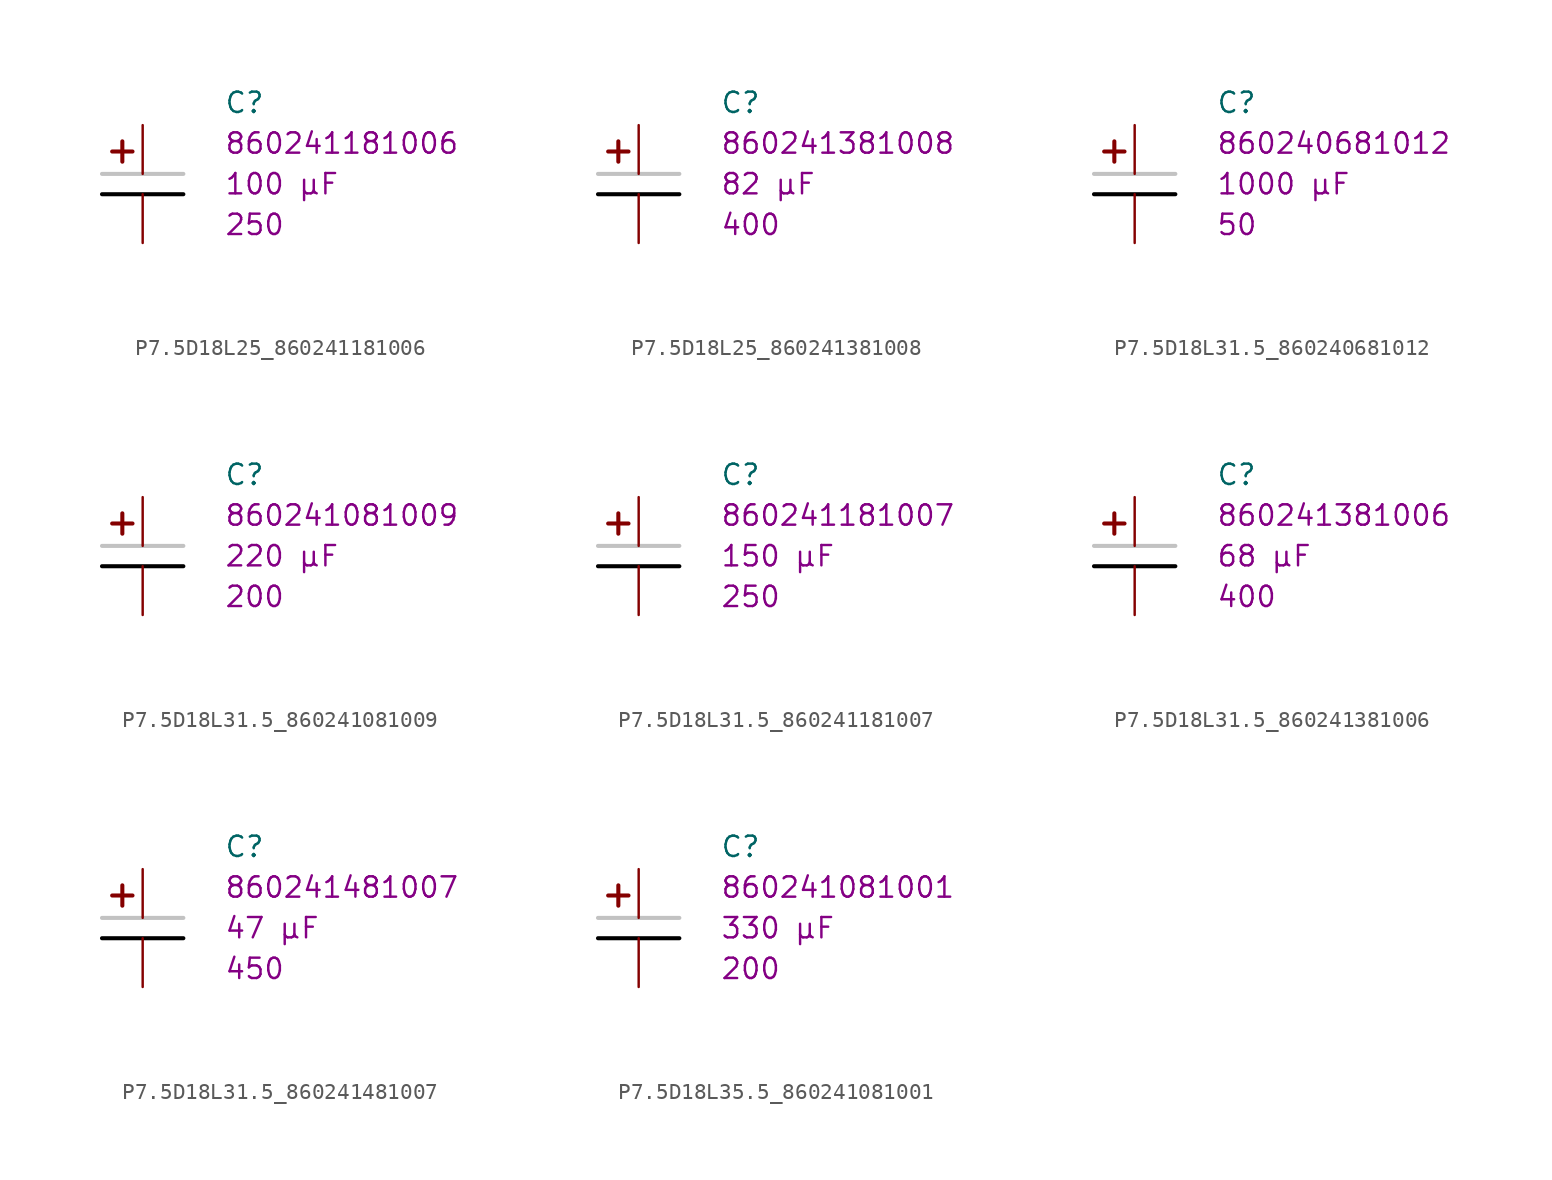
<source format=kicad_sym>
(kicad_symbol_lib
  (version 20220914)
  (generator kicad_symbol_editor)
  (symbol "P7.5D18L25_860241181006"
    (pin_numbers hide)
    (pin_names hide)
    (property "Reference" "C"
      (at 5.08 5.08 0)
      (effects (font (size 1.27 1.27)) (justify left)))
    (property "Part Number" "860241181006"
      (at 5.08 2.54 0)
      (effects (font (size 1.27 1.27)) (justify left)))
    (property "Capacitance" "100 µF"
      (at 5.08 0 0)
      (effects (font (size 1.27 1.27)) (justify left)))
    (property "Voltage" "250"
      (at 5.08 -2.54 0)
      (effects (font (size 1.27 1.27)) (justify left)))
    (property "Critical Parameter" ""
      (at 0 -7.62 0)
      (effects (font (size 1.27 1.27))))
    (symbol "P7.5D18L25_860241181006_1_1"
      (polyline (pts (xy -1.27 2.667) (xy -1.27 1.397)) (stroke (width 0.254) (type default)) (fill (type none)))
      (polyline (pts (xy -0.635 2.032) (xy -1.905 2.032)) (stroke (width 0.254) (type default)) (fill (type none)))
      (polyline (pts (xy 2.54 -0.635) (xy -2.54 -0.635)) (stroke (width 0.254) (type default) (color 0 0 0 1)) (fill (type none)))
      (polyline (pts (xy 2.54 0.635) (xy -2.54 0.635)) (stroke (width 0.254) (type default) (color 194 194 194 1)) (fill (type none)))
      (pin passive line (at 0 3.679 270) (length 3.044) (name "1" (effects (font (size 1.27 1.27)))) (number "1" (effects (font (size 1.27 1.27)))))
      (pin passive line (at 0 -3.679 90) (length 3.044) (name "2" (effects (font (size 1.27 1.27)))) (number "2" (effects (font (size 1.27 1.27)))))))
  (symbol "P7.5D18L25_860241381008"
    (pin_numbers hide)
    (pin_names hide)
    (property "Reference" "C"
      (at 5.08 5.08 0)
      (effects (font (size 1.27 1.27)) (justify left)))
    (property "Part Number" "860241381008"
      (at 5.08 2.54 0)
      (effects (font (size 1.27 1.27)) (justify left)))
    (property "Capacitance" "82 µF"
      (at 5.08 0 0)
      (effects (font (size 1.27 1.27)) (justify left)))
    (property "Voltage" "400"
      (at 5.08 -2.54 0)
      (effects (font (size 1.27 1.27)) (justify left)))
    (property "Critical Parameter" ""
      (at 0 -7.62 0)
      (effects (font (size 1.27 1.27))))
    (symbol "P7.5D18L25_860241381008_1_1"
      (polyline (pts (xy -1.27 2.667) (xy -1.27 1.397)) (stroke (width 0.254) (type default)) (fill (type none)))
      (polyline (pts (xy -0.635 2.032) (xy -1.905 2.032)) (stroke (width 0.254) (type default)) (fill (type none)))
      (polyline (pts (xy 2.54 -0.635) (xy -2.54 -0.635)) (stroke (width 0.254) (type default) (color 0 0 0 1)) (fill (type none)))
      (polyline (pts (xy 2.54 0.635) (xy -2.54 0.635)) (stroke (width 0.254) (type default) (color 194 194 194 1)) (fill (type none)))
      (pin passive line (at 0 3.679 270) (length 3.044) (name "1" (effects (font (size 1.27 1.27)))) (number "1" (effects (font (size 1.27 1.27)))))
      (pin passive line (at 0 -3.679 90) (length 3.044) (name "2" (effects (font (size 1.27 1.27)))) (number "2" (effects (font (size 1.27 1.27)))))))
  (symbol "P7.5D18L31.5_860240681012"
    (pin_numbers hide)
    (pin_names hide)
    (property "Reference" "C"
      (at 5.08 5.08 0)
      (effects (font (size 1.27 1.27)) (justify left)))
    (property "Part Number" "860240681012"
      (at 5.08 2.54 0)
      (effects (font (size 1.27 1.27)) (justify left)))
    (property "Capacitance" "1000 µF"
      (at 5.08 0 0)
      (effects (font (size 1.27 1.27)) (justify left)))
    (property "Voltage" "50"
      (at 5.08 -2.54 0)
      (effects (font (size 1.27 1.27)) (justify left)))
    (property "Critical Parameter" ""
      (at 0 -7.62 0)
      (effects (font (size 1.27 1.27))))
    (symbol "P7.5D18L31.5_860240681012_1_1"
      (polyline (pts (xy -1.27 2.667) (xy -1.27 1.397)) (stroke (width 0.254) (type default)) (fill (type none)))
      (polyline (pts (xy -0.635 2.032) (xy -1.905 2.032)) (stroke (width 0.254) (type default)) (fill (type none)))
      (polyline (pts (xy 2.54 -0.635) (xy -2.54 -0.635)) (stroke (width 0.254) (type default) (color 0 0 0 1)) (fill (type none)))
      (polyline (pts (xy 2.54 0.635) (xy -2.54 0.635)) (stroke (width 0.254) (type default) (color 194 194 194 1)) (fill (type none)))
      (pin passive line (at 0 3.679 270) (length 3.044) (name "1" (effects (font (size 1.27 1.27)))) (number "1" (effects (font (size 1.27 1.27)))))
      (pin passive line (at 0 -3.679 90) (length 3.044) (name "2" (effects (font (size 1.27 1.27)))) (number "2" (effects (font (size 1.27 1.27)))))))
  (symbol "P7.5D18L31.5_860241081009"
    (pin_numbers hide)
    (pin_names hide)
    (property "Reference" "C"
      (at 5.08 5.08 0)
      (effects (font (size 1.27 1.27)) (justify left)))
    (property "Part Number" "860241081009"
      (at 5.08 2.54 0)
      (effects (font (size 1.27 1.27)) (justify left)))
    (property "Capacitance" "220 µF"
      (at 5.08 0 0)
      (effects (font (size 1.27 1.27)) (justify left)))
    (property "Voltage" "200"
      (at 5.08 -2.54 0)
      (effects (font (size 1.27 1.27)) (justify left)))
    (property "Critical Parameter" ""
      (at 0 -7.62 0)
      (effects (font (size 1.27 1.27))))
    (symbol "P7.5D18L31.5_860241081009_1_1"
      (polyline (pts (xy -1.27 2.667) (xy -1.27 1.397)) (stroke (width 0.254) (type default)) (fill (type none)))
      (polyline (pts (xy -0.635 2.032) (xy -1.905 2.032)) (stroke (width 0.254) (type default)) (fill (type none)))
      (polyline (pts (xy 2.54 -0.635) (xy -2.54 -0.635)) (stroke (width 0.254) (type default) (color 0 0 0 1)) (fill (type none)))
      (polyline (pts (xy 2.54 0.635) (xy -2.54 0.635)) (stroke (width 0.254) (type default) (color 194 194 194 1)) (fill (type none)))
      (pin passive line (at 0 3.679 270) (length 3.044) (name "1" (effects (font (size 1.27 1.27)))) (number "1" (effects (font (size 1.27 1.27)))))
      (pin passive line (at 0 -3.679 90) (length 3.044) (name "2" (effects (font (size 1.27 1.27)))) (number "2" (effects (font (size 1.27 1.27)))))))
  (symbol "P7.5D18L31.5_860241181007"
    (pin_numbers hide)
    (pin_names hide)
    (property "Reference" "C"
      (at 5.08 5.08 0)
      (effects (font (size 1.27 1.27)) (justify left)))
    (property "Part Number" "860241181007"
      (at 5.08 2.54 0)
      (effects (font (size 1.27 1.27)) (justify left)))
    (property "Capacitance" "150 µF"
      (at 5.08 0 0)
      (effects (font (size 1.27 1.27)) (justify left)))
    (property "Voltage" "250"
      (at 5.08 -2.54 0)
      (effects (font (size 1.27 1.27)) (justify left)))
    (property "Critical Parameter" ""
      (at 0 -7.62 0)
      (effects (font (size 1.27 1.27))))
    (symbol "P7.5D18L31.5_860241181007_1_1"
      (polyline (pts (xy -1.27 2.667) (xy -1.27 1.397)) (stroke (width 0.254) (type default)) (fill (type none)))
      (polyline (pts (xy -0.635 2.032) (xy -1.905 2.032)) (stroke (width 0.254) (type default)) (fill (type none)))
      (polyline (pts (xy 2.54 -0.635) (xy -2.54 -0.635)) (stroke (width 0.254) (type default) (color 0 0 0 1)) (fill (type none)))
      (polyline (pts (xy 2.54 0.635) (xy -2.54 0.635)) (stroke (width 0.254) (type default) (color 194 194 194 1)) (fill (type none)))
      (pin passive line (at 0 3.679 270) (length 3.044) (name "1" (effects (font (size 1.27 1.27)))) (number "1" (effects (font (size 1.27 1.27)))))
      (pin passive line (at 0 -3.679 90) (length 3.044) (name "2" (effects (font (size 1.27 1.27)))) (number "2" (effects (font (size 1.27 1.27)))))))
  (symbol "P7.5D18L31.5_860241381006"
    (pin_numbers hide)
    (pin_names hide)
    (property "Reference" "C"
      (at 5.08 5.08 0)
      (effects (font (size 1.27 1.27)) (justify left)))
    (property "Part Number" "860241381006"
      (at 5.08 2.54 0)
      (effects (font (size 1.27 1.27)) (justify left)))
    (property "Capacitance" "68 µF"
      (at 5.08 0 0)
      (effects (font (size 1.27 1.27)) (justify left)))
    (property "Voltage" "400"
      (at 5.08 -2.54 0)
      (effects (font (size 1.27 1.27)) (justify left)))
    (property "Critical Parameter" ""
      (at 0 -7.62 0)
      (effects (font (size 1.27 1.27))))
    (symbol "P7.5D18L31.5_860241381006_1_1"
      (polyline (pts (xy -1.27 2.667) (xy -1.27 1.397)) (stroke (width 0.254) (type default)) (fill (type none)))
      (polyline (pts (xy -0.635 2.032) (xy -1.905 2.032)) (stroke (width 0.254) (type default)) (fill (type none)))
      (polyline (pts (xy 2.54 -0.635) (xy -2.54 -0.635)) (stroke (width 0.254) (type default) (color 0 0 0 1)) (fill (type none)))
      (polyline (pts (xy 2.54 0.635) (xy -2.54 0.635)) (stroke (width 0.254) (type default) (color 194 194 194 1)) (fill (type none)))
      (pin passive line (at 0 3.679 270) (length 3.044) (name "1" (effects (font (size 1.27 1.27)))) (number "1" (effects (font (size 1.27 1.27)))))
      (pin passive line (at 0 -3.679 90) (length 3.044) (name "2" (effects (font (size 1.27 1.27)))) (number "2" (effects (font (size 1.27 1.27)))))))
  (symbol "P7.5D18L31.5_860241481007"
    (pin_numbers hide)
    (pin_names hide)
    (property "Reference" "C"
      (at 5.08 5.08 0)
      (effects (font (size 1.27 1.27)) (justify left)))
    (property "Part Number" "860241481007"
      (at 5.08 2.54 0)
      (effects (font (size 1.27 1.27)) (justify left)))
    (property "Capacitance" "47 µF"
      (at 5.08 0 0)
      (effects (font (size 1.27 1.27)) (justify left)))
    (property "Voltage" "450"
      (at 5.08 -2.54 0)
      (effects (font (size 1.27 1.27)) (justify left)))
    (property "Critical Parameter" ""
      (at 0 -7.62 0)
      (effects (font (size 1.27 1.27))))
    (symbol "P7.5D18L31.5_860241481007_1_1"
      (polyline (pts (xy -1.27 2.667) (xy -1.27 1.397)) (stroke (width 0.254) (type default)) (fill (type none)))
      (polyline (pts (xy -0.635 2.032) (xy -1.905 2.032)) (stroke (width 0.254) (type default)) (fill (type none)))
      (polyline (pts (xy 2.54 -0.635) (xy -2.54 -0.635)) (stroke (width 0.254) (type default) (color 0 0 0 1)) (fill (type none)))
      (polyline (pts (xy 2.54 0.635) (xy -2.54 0.635)) (stroke (width 0.254) (type default) (color 194 194 194 1)) (fill (type none)))
      (pin passive line (at 0 3.679 270) (length 3.044) (name "1" (effects (font (size 1.27 1.27)))) (number "1" (effects (font (size 1.27 1.27)))))
      (pin passive line (at 0 -3.679 90) (length 3.044) (name "2" (effects (font (size 1.27 1.27)))) (number "2" (effects (font (size 1.27 1.27)))))))
  (symbol "P7.5D18L35.5_860241081001"
    (pin_numbers hide)
    (pin_names hide)
    (property "Reference" "C"
      (at 5.08 5.08 0)
      (effects (font (size 1.27 1.27)) (justify left)))
    (property "Part Number" "860241081001"
      (at 5.08 2.54 0)
      (effects (font (size 1.27 1.27)) (justify left)))
    (property "Capacitance" "330 µF"
      (at 5.08 0 0)
      (effects (font (size 1.27 1.27)) (justify left)))
    (property "Voltage" "200"
      (at 5.08 -2.54 0)
      (effects (font (size 1.27 1.27)) (justify left)))
    (property "Critical Parameter" ""
      (at 0 -7.62 0)
      (effects (font (size 1.27 1.27))))
    (symbol "P7.5D18L35.5_860241081001_1_1"
      (polyline (pts (xy -1.27 2.667) (xy -1.27 1.397)) (stroke (width 0.254) (type default)) (fill (type none)))
      (polyline (pts (xy -0.635 2.032) (xy -1.905 2.032)) (stroke (width 0.254) (type default)) (fill (type none)))
      (polyline (pts (xy 2.54 -0.635) (xy -2.54 -0.635)) (stroke (width 0.254) (type default) (color 0 0 0 1)) (fill (type none)))
      (polyline (pts (xy 2.54 0.635) (xy -2.54 0.635)) (stroke (width 0.254) (type default) (color 194 194 194 1)) (fill (type none)))
      (pin passive line (at 0 3.679 270) (length 3.044) (name "1" (effects (font (size 1.27 1.27)))) (number "1" (effects (font (size 1.27 1.27)))))
      (pin passive line (at 0 -3.679 90) (length 3.044) (name "2" (effects (font (size 1.27 1.27)))) (number "2" (effects (font (size 1.27 1.27))))))))
</source>
